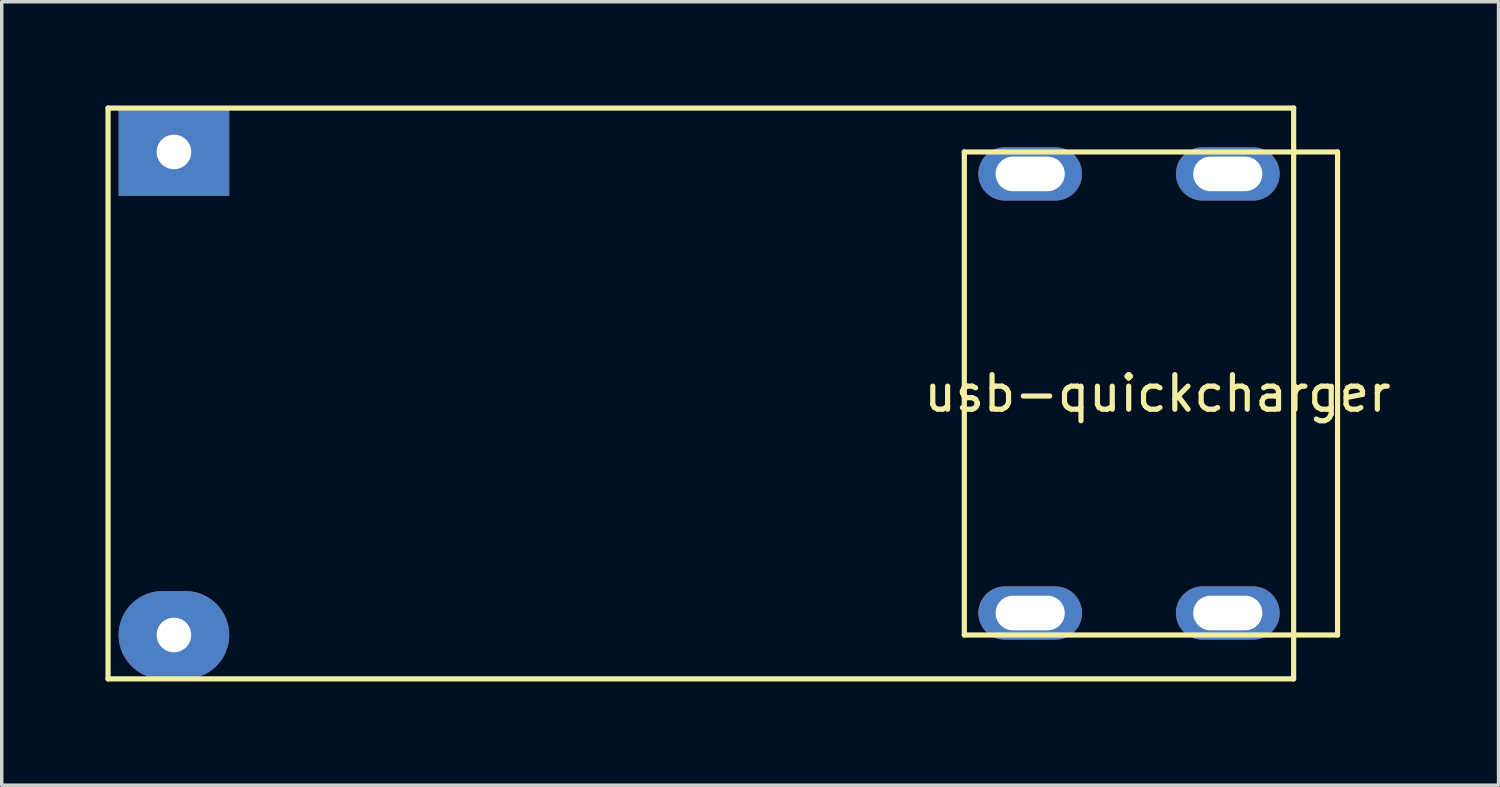
<source format=kicad_pcb>
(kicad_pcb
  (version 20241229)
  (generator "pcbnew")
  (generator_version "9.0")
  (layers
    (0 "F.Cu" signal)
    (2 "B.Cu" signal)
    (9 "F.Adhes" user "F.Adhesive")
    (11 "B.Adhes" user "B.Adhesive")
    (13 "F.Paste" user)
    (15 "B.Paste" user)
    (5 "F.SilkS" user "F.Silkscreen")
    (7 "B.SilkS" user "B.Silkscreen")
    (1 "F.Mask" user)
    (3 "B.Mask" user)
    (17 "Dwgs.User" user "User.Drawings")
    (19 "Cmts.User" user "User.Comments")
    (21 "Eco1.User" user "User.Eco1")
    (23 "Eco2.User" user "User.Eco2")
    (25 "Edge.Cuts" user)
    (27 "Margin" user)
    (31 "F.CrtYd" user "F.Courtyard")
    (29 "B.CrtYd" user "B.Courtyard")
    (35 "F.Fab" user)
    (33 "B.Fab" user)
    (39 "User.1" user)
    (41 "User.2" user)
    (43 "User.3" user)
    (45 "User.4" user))
  (footprint "usb-quickcharger"
    (layer "F.Cu")
    (at 17.22 8.33)
    (property "Reference" "usb-quickcharger" (at 13.208 0 0) (layer "F.SilkS") (effects (font (size 1 1) (thickness 0.15))))
    (attr through_hole)
    (fp_line (start -17.145 -8.255) (end -17.145 8.255) (stroke (width 0.15) (type solid)) (layer "F.SilkS"))
    (fp_line (start -17.145 8.255) (end 17.145 8.255) (stroke (width 0.15) (type solid)) (layer "F.SilkS"))
    (fp_line (start 7.62 -6.985) (end 17.145 -6.985) (stroke (width 0.15) (type solid)) (layer "F.SilkS"))
    (fp_line (start 7.62 6.985) (end 7.62 -6.985) (stroke (width 0.15) (type solid)) (layer "F.SilkS"))
    (fp_line (start 7.62 6.985) (end 17.145 6.985) (stroke (width 0.15) (type solid)) (layer "F.SilkS"))
    (fp_line (start 17.145 -8.255) (end -17.145 -8.255) (stroke (width 0.15) (type solid)) (layer "F.SilkS"))
    (fp_line (start 17.145 -6.985) (end 18.415 -6.985) (stroke (width 0.15) (type solid)) (layer "F.SilkS"))
    (fp_line (start 17.145 8.255) (end 17.145 -8.255) (stroke (width 0.15) (type solid)) (layer "F.SilkS"))
    (fp_line (start 18.415 -6.985) (end 18.415 6.985) (stroke (width 0.15) (type solid)) (layer "F.SilkS"))
    (fp_line (start 18.415 6.985) (end 17.145 6.985) (stroke (width 0.15) (type solid)) (layer "F.SilkS"))
    (pad "" np_thru_hole oval (at 9.525 -6.35) (size 3 1.54) (drill oval 2 1) (layers "*.Cu" "*.Mask"))
    (pad "" np_thru_hole oval (at 9.525 6.35) (size 3 1.54) (drill oval 2 1) (layers "*.Cu" "*.Mask"))
    (pad "" np_thru_hole oval (at 15.24 -6.35) (size 3 1.54) (drill oval 2 1) (layers "*.Cu" "*.Mask"))
    (pad "" np_thru_hole oval (at 15.24 6.35) (size 3 1.54) (drill oval 2 1) (layers "*.Cu" "*.Mask"))
    (pad "1" thru_hole rect (at -15.24 -6.985) (size 3.2 2.54) (drill 1) (layers "*.Cu" "*.Mask"))
    (pad "2" thru_hole oval (at -15.24 6.985) (size 3.2 2.54) (drill 1) (layers "*.Cu" "*.Mask")))
  (gr_rect
    (start -3 -3)
    (end 40.291 19.66)
    (stroke (width 0.1) (type default))
    (fill no)
    (layer "Edge.Cuts")))
</source>
